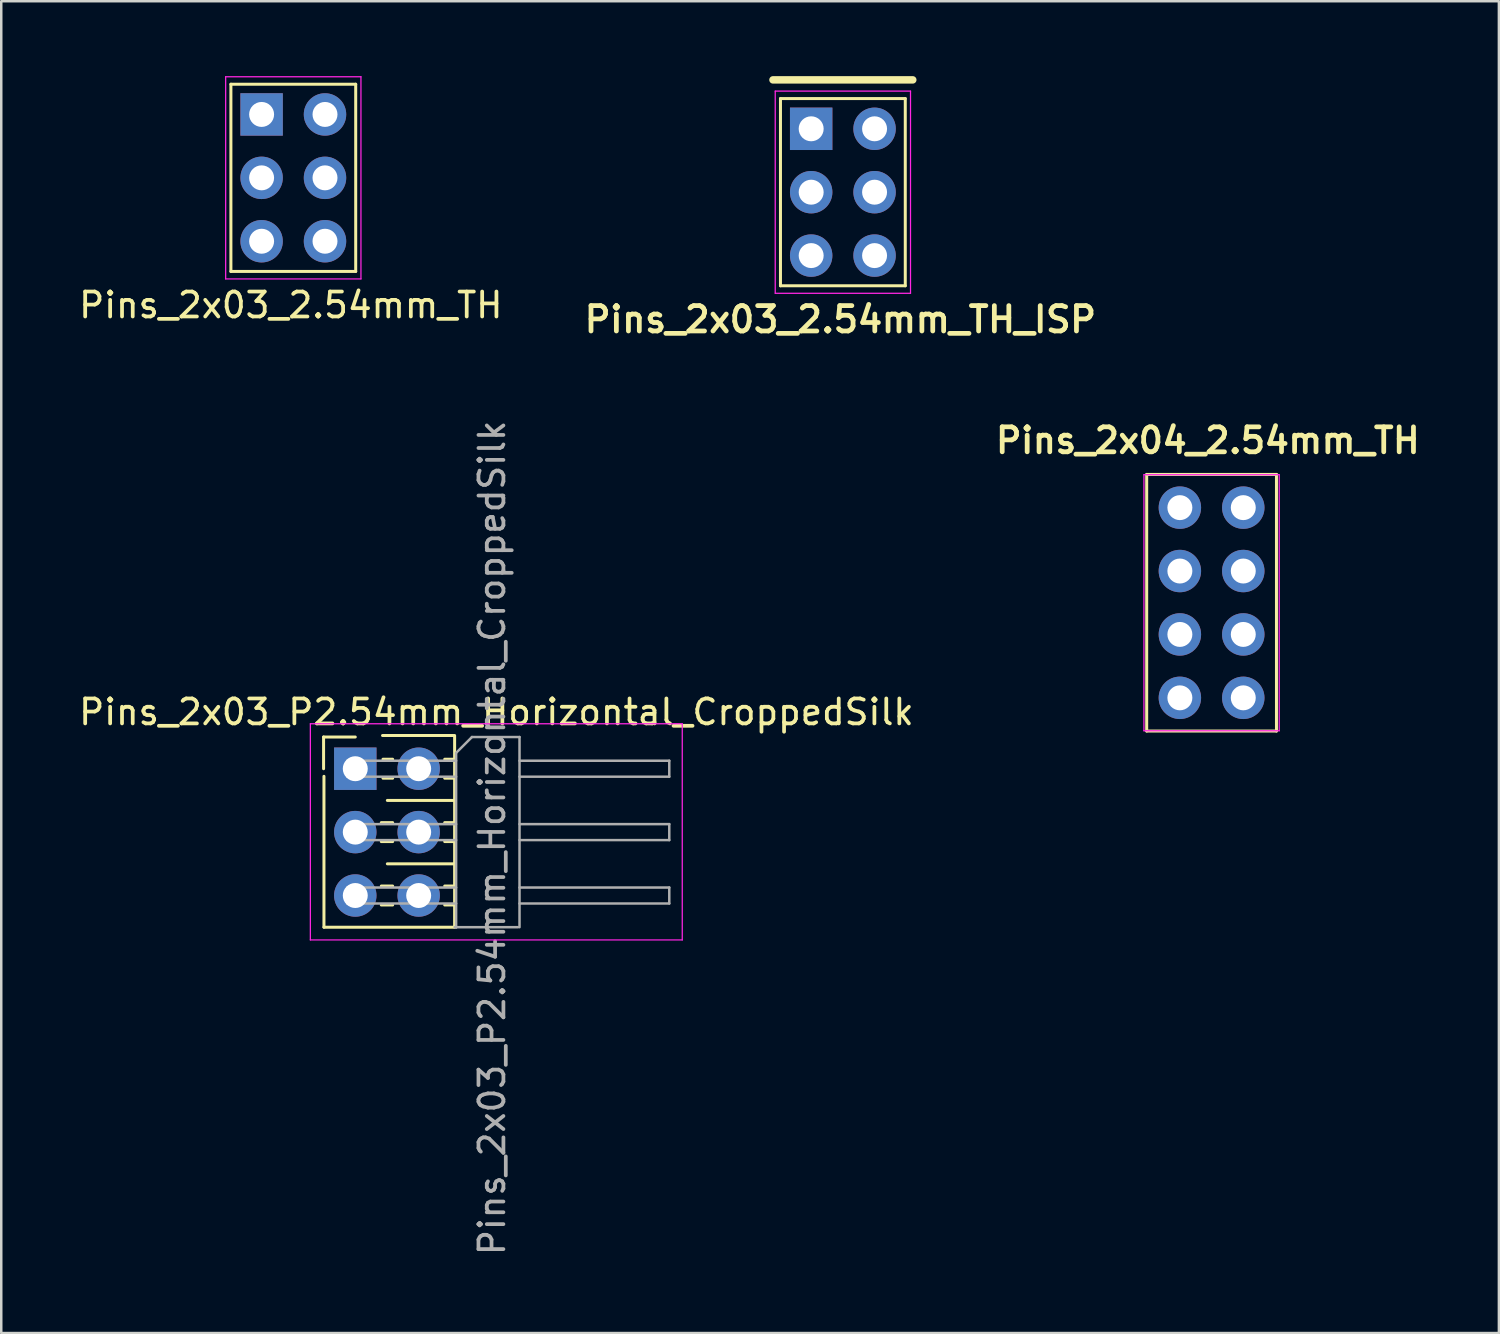
<source format=kicad_pcb>
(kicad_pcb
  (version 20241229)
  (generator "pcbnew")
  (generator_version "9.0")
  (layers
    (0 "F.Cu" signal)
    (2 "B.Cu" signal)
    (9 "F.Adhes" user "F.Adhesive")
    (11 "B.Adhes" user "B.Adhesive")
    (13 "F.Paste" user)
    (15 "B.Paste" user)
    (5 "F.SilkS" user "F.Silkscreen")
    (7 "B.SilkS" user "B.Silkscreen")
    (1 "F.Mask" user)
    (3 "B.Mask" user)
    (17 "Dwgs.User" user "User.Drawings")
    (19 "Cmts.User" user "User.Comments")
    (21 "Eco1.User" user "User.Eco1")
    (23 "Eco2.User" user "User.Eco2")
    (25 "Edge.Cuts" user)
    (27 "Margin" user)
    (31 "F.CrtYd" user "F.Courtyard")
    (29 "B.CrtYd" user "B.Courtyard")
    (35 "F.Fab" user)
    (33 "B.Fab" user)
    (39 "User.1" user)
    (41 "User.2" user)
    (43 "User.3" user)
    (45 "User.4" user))
  (footprint "Pins_2x03_P2.54mm_Horizontal_CroppedSilk"
    (layer "F.Cu")
    (at 12.454 30.288)
    (property "Reference" "Pins_2x03_P2.54mm_Horizontal_CroppedSilk" (at 4.385 -4.81 0) (layer "F.SilkS") (effects (font (size 1 1) (thickness 0.15))))
    (attr through_hole)
    (fp_line (start -2.54 -3.81) (end -1.27 -3.81) (stroke (width 0.12) (type solid)) (layer "F.SilkS"))
    (fp_line (start -2.54 -2.54) (end -2.54 -3.81) (stroke (width 0.12) (type solid)) (layer "F.SilkS"))
    (fp_line (start -2.525 -2.235) (end -2.525 3.81) (stroke (width 0.12) (type solid)) (layer "F.SilkS"))
    (fp_line (start -0.227 -0.38) (end 0.227 -0.38) (stroke (width 0.12) (type solid)) (layer "F.SilkS"))
    (fp_line (start -0.227 0.38) (end 0.227 0.38) (stroke (width 0.12) (type solid)) (layer "F.SilkS"))
    (fp_line (start -0.227 2.16) (end 0.227 2.16) (stroke (width 0.12) (type solid)) (layer "F.SilkS"))
    (fp_line (start -0.227 2.92) (end 0.227 2.92) (stroke (width 0.12) (type solid)) (layer "F.SilkS"))
    (fp_line (start -0.16 -2.92) (end 0.227 -2.92) (stroke (width 0.12) (type solid)) (layer "F.SilkS"))
    (fp_line (start -0.16 -2.16) (end 0.227 -2.16) (stroke (width 0.12) (type solid)) (layer "F.SilkS"))
    (fp_line (start 2.313 -2.92) (end 2.71 -2.92) (stroke (width 0.12) (type solid)) (layer "F.SilkS"))
    (fp_line (start 2.313 -2.16) (end 2.71 -2.16) (stroke (width 0.12) (type solid)) (layer "F.SilkS"))
    (fp_line (start 2.313 -0.38) (end 2.71 -0.38) (stroke (width 0.12) (type solid)) (layer "F.SilkS"))
    (fp_line (start 2.313 0.38) (end 2.71 0.38) (stroke (width 0.12) (type solid)) (layer "F.SilkS"))
    (fp_line (start 2.313 2.16) (end 2.71 2.16) (stroke (width 0.12) (type solid)) (layer "F.SilkS"))
    (fp_line (start 2.313 2.92) (end 2.71 2.92) (stroke (width 0.12) (type solid)) (layer "F.SilkS"))
    (fp_line (start 2.675 -3.87) (end -0.178 -3.87) (stroke (width 0.12) (type solid)) (layer "F.SilkS"))
    (fp_line (start 2.675 -1.27) (end 0.015 -1.27) (stroke (width 0.12) (type solid)) (layer "F.SilkS"))
    (fp_line (start 2.675 1.27) (end 0.015 1.27) (stroke (width 0.12) (type solid)) (layer "F.SilkS"))
    (fp_line (start 2.675 3.81) (end -2.525 3.81) (stroke (width 0.12) (type solid)) (layer "F.SilkS"))
    (fp_line (start 2.71 -3.87) (end 2.71 3.81) (stroke (width 0.12) (type solid)) (layer "F.SilkS"))
    (fp_line (start -3.07 -4.34) (end -3.07 4.32) (stroke (width 0.05) (type solid)) (layer "F.CrtYd"))
    (fp_line (start -3.07 4.32) (end 11.83 4.32) (stroke (width 0.05) (type solid)) (layer "F.CrtYd"))
    (fp_line (start 11.83 -4.34) (end -3.07 -4.34) (stroke (width 0.05) (type solid)) (layer "F.CrtYd"))
    (fp_line (start 11.83 4.32) (end 11.83 -4.34) (stroke (width 0.05) (type solid)) (layer "F.CrtYd"))
    (fp_line (start -1.59 -2.86) (end -1.59 -2.22) (stroke (width 0.1) (type solid)) (layer "F.Fab"))
    (fp_line (start -1.59 -2.86) (end 2.77 -2.86) (stroke (width 0.1) (type solid)) (layer "F.Fab"))
    (fp_line (start -1.59 -2.22) (end 2.77 -2.22) (stroke (width 0.1) (type solid)) (layer "F.Fab"))
    (fp_line (start -1.59 -0.32) (end -1.59 0.32) (stroke (width 0.1) (type solid)) (layer "F.Fab"))
    (fp_line (start -1.59 -0.32) (end 2.77 -0.32) (stroke (width 0.1) (type solid)) (layer "F.Fab"))
    (fp_line (start -1.59 0.32) (end 2.77 0.32) (stroke (width 0.1) (type solid)) (layer "F.Fab"))
    (fp_line (start -1.59 2.22) (end -1.59 2.86) (stroke (width 0.1) (type solid)) (layer "F.Fab"))
    (fp_line (start -1.59 2.22) (end 2.77 2.22) (stroke (width 0.1) (type solid)) (layer "F.Fab"))
    (fp_line (start -1.59 2.86) (end 2.77 2.86) (stroke (width 0.1) (type solid)) (layer "F.Fab"))
    (fp_line (start 2.77 -3.175) (end 3.405 -3.81) (stroke (width 0.1) (type solid)) (layer "F.Fab"))
    (fp_line (start 2.77 3.83) (end 2.77 -3.175) (stroke (width 0.1) (type solid)) (layer "F.Fab"))
    (fp_line (start 3.405 -3.81) (end 5.31 -3.81) (stroke (width 0.1) (type solid)) (layer "F.Fab"))
    (fp_line (start 5.25 3.81) (end 2.71 3.81) (stroke (width 0.1) (type solid)) (layer "F.Fab"))
    (fp_line (start 5.31 -3.81) (end 5.31 3.81) (stroke (width 0.1) (type solid)) (layer "F.Fab"))
    (fp_line (start 5.31 -2.86) (end 11.31 -2.86) (stroke (width 0.1) (type solid)) (layer "F.Fab"))
    (fp_line (start 5.31 -2.22) (end 11.31 -2.22) (stroke (width 0.1) (type solid)) (layer "F.Fab"))
    (fp_line (start 5.31 -0.32) (end 11.31 -0.32) (stroke (width 0.1) (type solid)) (layer "F.Fab"))
    (fp_line (start 5.31 0.32) (end 11.31 0.32) (stroke (width 0.1) (type solid)) (layer "F.Fab"))
    (fp_line (start 5.31 2.22) (end 11.31 2.22) (stroke (width 0.1) (type solid)) (layer "F.Fab"))
    (fp_line (start 5.31 2.86) (end 11.31 2.86) (stroke (width 0.1) (type solid)) (layer "F.Fab"))
    (fp_line (start 11.31 -2.86) (end 11.31 -2.22) (stroke (width 0.1) (type solid)) (layer "F.Fab"))
    (fp_line (start 11.31 -0.32) (end 11.31 0.32) (stroke (width 0.1) (type solid)) (layer "F.Fab"))
    (fp_line (start 11.31 2.22) (end 11.31 2.86) (stroke (width 0.1) (type solid)) (layer "F.Fab"))
    (fp_text user "${REFERENCE}" (at 4.21 0.23 90) (layer "F.Fab") (effects (font (size 1 1) (thickness 0.15))))
    (pad "1" thru_hole rect (at -1.27 -2.54) (size 1.7 1.7) (drill 1) (layers "*.Cu" "*.Mask"))
    (pad "2" thru_hole oval (at 1.27 -2.54) (size 1.7 1.7) (drill 1) (layers "*.Cu" "*.Mask"))
    (pad "3" thru_hole oval (at -1.27 0) (size 1.7 1.7) (drill 1) (layers "*.Cu" "*.Mask"))
    (pad "4" thru_hole oval (at 1.27 0) (size 1.7 1.7) (drill 1) (layers "*.Cu" "*.Mask"))
    (pad "5" thru_hole oval (at -1.27 2.54) (size 1.7 1.7) (drill 1) (layers "*.Cu" "*.Mask"))
    (pad "6" thru_hole oval (at 1.27 2.54) (size 1.7 1.7) (drill 1) (layers "*.Cu" "*.Mask")))
  (footprint "Pins_2x04_2.54mm_TH"
    (layer "F.Cu")
    (at 45.491 21.098)
    (property "Reference" "Pins_2x04_2.54mm_TH" (at -0.15 -6.5 180) (layer "F.SilkS") (effects (font (size 1 1) (thickness 0.191))))
    (attr through_hole)
    (fp_line (start -2.6 -5.14) (end 2.6 -5.14) (stroke (width 0.12) (type solid)) (layer "F.SilkS"))
    (fp_line (start -2.6 5.14) (end -2.6 -5.14) (stroke (width 0.12) (type solid)) (layer "F.SilkS"))
    (fp_line (start 2.6 -5.14) (end 2.6 5.14) (stroke (width 0.12) (type solid)) (layer "F.SilkS"))
    (fp_line (start 2.6 5.14) (end -2.6 5.14) (stroke (width 0.12) (type solid)) (layer "F.SilkS"))
    (fp_line (start -2.71 -5.13) (end -2.71 5.13) (stroke (width 0.05) (type solid)) (layer "F.CrtYd"))
    (fp_line (start -2.71 5.13) (end 2.71 5.13) (stroke (width 0.05) (type solid)) (layer "F.CrtYd"))
    (fp_line (start 2.71 -5.13) (end -2.71 -5.13) (stroke (width 0.05) (type solid)) (layer "F.CrtYd"))
    (fp_line (start 2.71 5.13) (end 2.71 -5.13) (stroke (width 0.05) (type solid)) (layer "F.CrtYd"))
    (pad "1" thru_hole circle (at -1.27 -3.81 180) (size 1.7 1.7) (drill 1) (layers "*.Cu" "*.Mask"))
    (pad "2" thru_hole circle (at 1.27 -3.81 180) (size 1.7 1.7) (drill 1) (layers "*.Cu" "*.Mask"))
    (pad "3" thru_hole oval (at -1.27 -1.27 180) (size 1.7 1.7) (drill 1) (layers "*.Cu" "*.Mask"))
    (pad "4" thru_hole oval (at 1.27 -1.27 180) (size 1.7 1.7) (drill 1) (layers "*.Cu" "*.Mask"))
    (pad "5" thru_hole oval (at -1.27 1.27 180) (size 1.7 1.7) (drill 1) (layers "*.Cu" "*.Mask"))
    (pad "6" thru_hole oval (at 1.27 1.27 180) (size 1.7 1.7) (drill 1) (layers "*.Cu" "*.Mask"))
    (pad "7" thru_hole circle (at -1.27 3.81 180) (size 1.7 1.7) (drill 1) (layers "*.Cu" "*.Mask"))
    (pad "8" thru_hole circle (at 1.27 3.81 180) (size 1.7 1.7) (drill 1) (layers "*.Cu" "*.Mask")))
  (footprint "Pins_2x03_2.54mm_TH_ISP"
    (layer "F.Cu")
    (at 30.719 4.65)
    (property "Reference" "Pins_2x03_2.54mm_TH_ISP" (at -0.1 5.1 180) (layer "F.SilkS") (effects (font (size 1.016 1.016) (thickness 0.191))))
    (attr through_hole)
    (fp_line (start -2.8 -4.5) (end 2.8 -4.5) (stroke (width 0.3) (type solid)) (layer "F.SilkS"))
    (fp_line (start -2.5 3.75) (end -2.5 -3.75) (stroke (width 0.12) (type solid)) (layer "F.SilkS"))
    (fp_line (start 2.5 -3.75) (end -2.5 -3.75) (stroke (width 0.12) (type solid)) (layer "F.SilkS"))
    (fp_line (start 2.5 3.75) (end -2.5 3.75) (stroke (width 0.12) (type solid)) (layer "F.SilkS"))
    (fp_line (start 2.5 3.75) (end 2.5 -3.75) (stroke (width 0.12) (type solid)) (layer "F.SilkS"))
    (fp_line (start -2.71 -4.05) (end 2.71 -4.05) (stroke (width 0.05) (type solid)) (layer "F.CrtYd"))
    (fp_line (start -2.71 4.05) (end -2.71 -4.05) (stroke (width 0.05) (type solid)) (layer "F.CrtYd"))
    (fp_line (start -2.71 4.05) (end 2.71 4.05) (stroke (width 0.05) (type solid)) (layer "F.CrtYd"))
    (fp_line (start 2.71 4.05) (end 2.71 -4.05) (stroke (width 0.05) (type solid)) (layer "F.CrtYd"))
    (pad "1" thru_hole rect (at -1.27 -2.54 180) (size 1.7 1.7) (drill 1) (layers "*.Cu" "*.Mask"))
    (pad "2" thru_hole oval (at 1.27 -2.54 180) (size 1.7 1.7) (drill 1) (layers "*.Cu" "*.Mask"))
    (pad "3" thru_hole oval (at -1.27 0 180) (size 1.7 1.7) (drill 1) (layers "*.Cu" "*.Mask"))
    (pad "4" thru_hole oval (at 1.27 0 180) (size 1.7 1.7) (drill 1) (layers "*.Cu" "*.Mask"))
    (pad "5" thru_hole oval (at -1.27 2.54 180) (size 1.7 1.7) (drill 1) (layers "*.Cu" "*.Mask"))
    (pad "6" thru_hole oval (at 1.27 2.54 180) (size 1.7 1.7) (drill 1) (layers "*.Cu" "*.Mask")))
  (footprint "Pins_2x03_2.54mm_TH"
    (layer "F.Cu")
    (at 8.701 4.075)
    (property "Reference" "Pins_2x03_2.54mm_TH" (at -0.1 5.1 180) (layer "F.SilkS") (effects (font (size 1 1) (thickness 0.15))))
    (attr through_hole)
    (fp_line (start -2.5 3.75) (end -2.5 -3.75) (stroke (width 0.12) (type solid)) (layer "F.SilkS"))
    (fp_line (start 2.5 -3.75) (end -2.5 -3.75) (stroke (width 0.12) (type solid)) (layer "F.SilkS"))
    (fp_line (start 2.5 3.75) (end -2.5 3.75) (stroke (width 0.12) (type solid)) (layer "F.SilkS"))
    (fp_line (start 2.5 3.75) (end 2.5 -3.75) (stroke (width 0.12) (type solid)) (layer "F.SilkS"))
    (fp_line (start -2.71 -4.05) (end 2.71 -4.05) (stroke (width 0.05) (type solid)) (layer "F.CrtYd"))
    (fp_line (start -2.71 4.05) (end -2.71 -4.05) (stroke (width 0.05) (type solid)) (layer "F.CrtYd"))
    (fp_line (start -2.71 4.05) (end 2.71 4.05) (stroke (width 0.05) (type solid)) (layer "F.CrtYd"))
    (fp_line (start 2.71 4.05) (end 2.71 -4.05) (stroke (width 0.05) (type solid)) (layer "F.CrtYd"))
    (pad "1" thru_hole rect (at -1.27 -2.54 180) (size 1.7 1.7) (drill 1) (layers "*.Cu" "*.Mask"))
    (pad "2" thru_hole oval (at 1.27 -2.54 180) (size 1.7 1.7) (drill 1) (layers "*.Cu" "*.Mask"))
    (pad "3" thru_hole oval (at -1.27 0 180) (size 1.7 1.7) (drill 1) (layers "*.Cu" "*.Mask"))
    (pad "4" thru_hole oval (at 1.27 0 180) (size 1.7 1.7) (drill 1) (layers "*.Cu" "*.Mask"))
    (pad "5" thru_hole oval (at -1.27 2.54 180) (size 1.7 1.7) (drill 1) (layers "*.Cu" "*.Mask"))
    (pad "6" thru_hole oval (at 1.27 2.54 180) (size 1.7 1.7) (drill 1) (layers "*.Cu" "*.Mask")))
  (gr_rect
    (start -3 -3)
    (end 57.002 50.357)
    (stroke (width 0.1) (type default))
    (fill no)
    (layer "Edge.Cuts")))
</source>
